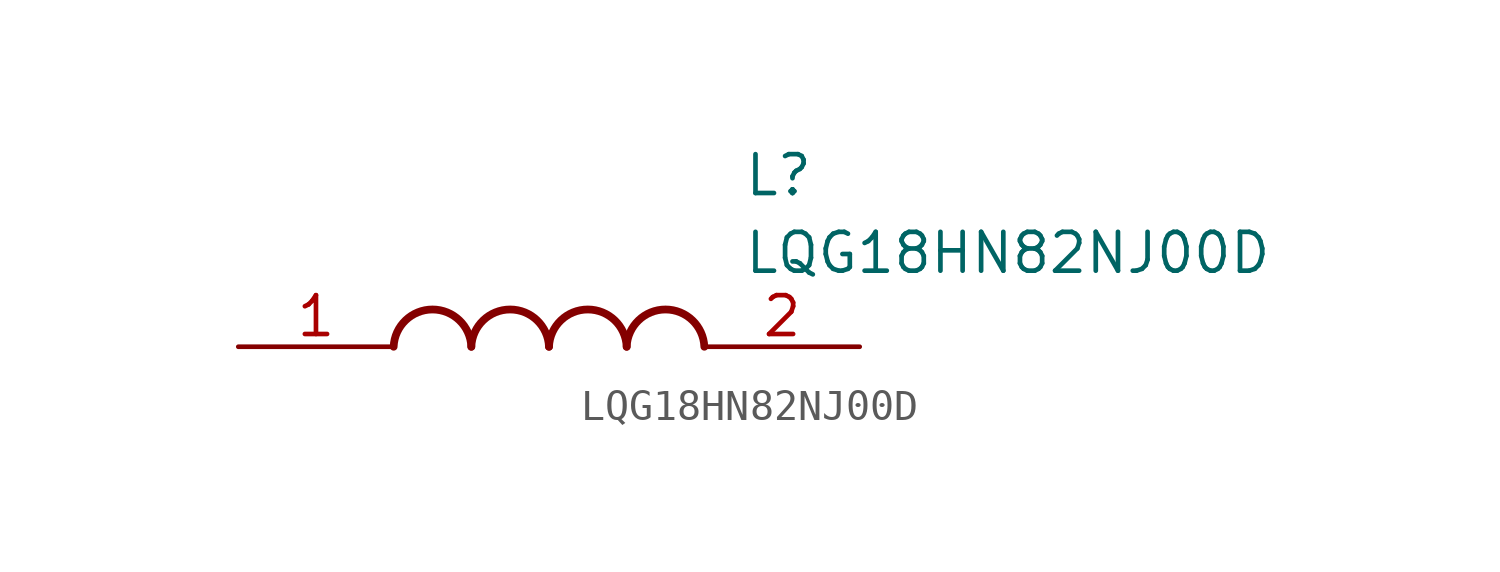
<source format=kicad_sym>
(kicad_symbol_lib
  (version 20211014)
  (generator SamacSys_ECAD_Model)
  (symbol "LQG18HN82NJ00D"
    (pin_names hide)
    (property "Reference" "L"
      (at 16.51 6.35 0)
      (effects (font (size 1.27 1.27)) (justify left top)))
    (property "Value" "LQG18HN82NJ00D"
      (at 16.51 3.81 0)
      (effects (font (size 1.27 1.27)) (justify left top)))
    (arc
      (start 7.62 0)
      (mid 6.35 1.219)
      (end 5.08 0)
      (stroke (width 0.254) (type default))
      (fill (type none)))
    (arc
      (start 10.16 0)
      (mid 8.89 1.219)
      (end 7.62 0)
      (stroke (width 0.254) (type default))
      (fill (type none)))
    (arc
      (start 12.7 0)
      (mid 11.43 1.219)
      (end 10.16 0)
      (stroke (width 0.254) (type default))
      (fill (type none)))
    (arc
      (start 15.24 0)
      (mid 13.97 1.219)
      (end 12.7 0)
      (stroke (width 0.254) (type default))
      (fill (type none)))
    (pin passive line
      (at 0 0 0)
      (length 5.08)
      (name "1" (effects (font (size 1.27 1.27))))
      (number "1" (effects (font (size 1.27 1.27)))))
    (pin passive line
      (at 20.32 0 180)
      (length 5.08)
      (name "2" (effects (font (size 1.27 1.27))))
      (number "2" (effects (font (size 1.27 1.27)))))))
</source>
